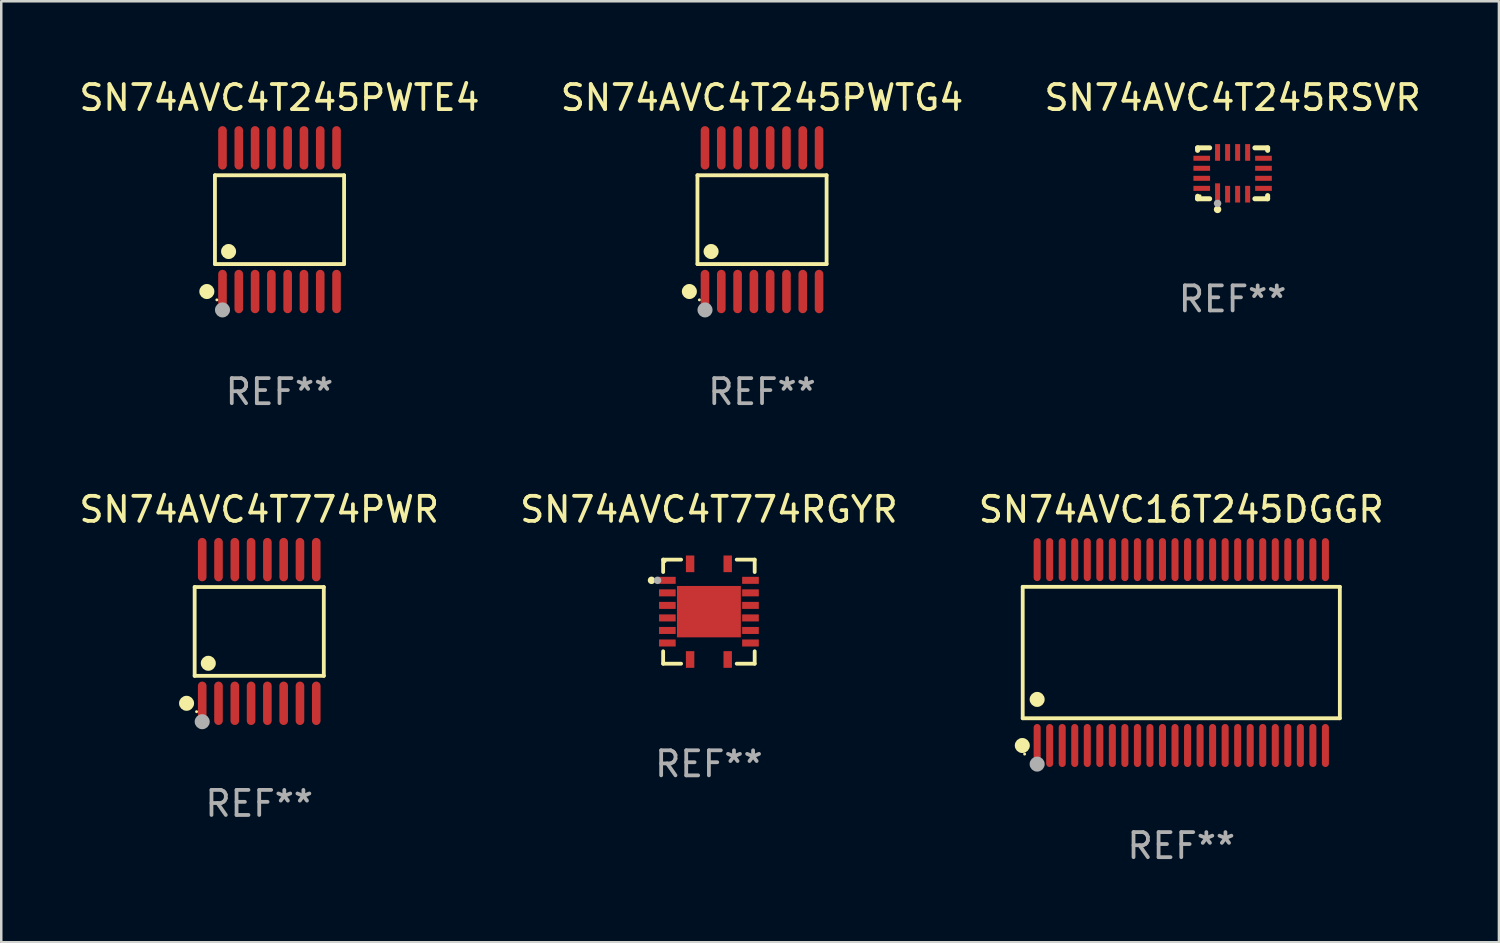
<source format=kicad_pcb>
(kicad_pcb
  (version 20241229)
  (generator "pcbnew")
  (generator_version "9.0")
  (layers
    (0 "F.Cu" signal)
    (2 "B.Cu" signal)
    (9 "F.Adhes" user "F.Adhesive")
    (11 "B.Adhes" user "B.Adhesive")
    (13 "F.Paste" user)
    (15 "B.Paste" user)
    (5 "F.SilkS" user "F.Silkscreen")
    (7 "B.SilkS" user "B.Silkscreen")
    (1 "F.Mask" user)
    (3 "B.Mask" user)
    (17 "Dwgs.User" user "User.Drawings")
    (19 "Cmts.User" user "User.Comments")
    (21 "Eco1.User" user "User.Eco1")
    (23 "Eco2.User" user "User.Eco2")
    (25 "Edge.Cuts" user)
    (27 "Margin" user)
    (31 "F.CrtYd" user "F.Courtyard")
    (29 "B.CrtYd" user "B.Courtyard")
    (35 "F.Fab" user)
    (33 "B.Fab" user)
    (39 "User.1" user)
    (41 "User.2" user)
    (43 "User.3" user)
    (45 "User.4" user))
  (footprint "SN74AVC4T245PWTG4"
    (layer "F.Cu")
    (at 27.351 5.714)
    (property "Reference" "SN74AVC4T245PWTG4" (at 0 -4.866 0) (layer "F.SilkS") (effects (font (size 1 1) (thickness 0.15))))
    (attr through_hole)
    (fp_line (start -2.576 -1.772) (end 2.576 -1.772) (stroke (width 0.152) (type solid)) (layer "F.SilkS"))
    (fp_line (start -2.576 1.771) (end -2.576 -1.772) (stroke (width 0.152) (type solid)) (layer "F.SilkS"))
    (fp_line (start 2.576 -1.772) (end 2.576 1.771) (stroke (width 0.152) (type solid)) (layer "F.SilkS"))
    (fp_line (start 2.576 1.771) (end -2.576 1.771) (stroke (width 0.152) (type solid)) (layer "F.SilkS"))
    (fp_circle (center -2.899 2.866) (end -2.749 2.866) (stroke (width 0.3) (type solid)) (fill no) (layer "F.SilkS"))
    (fp_circle (center -2.5 3.2) (end -2.47 3.2) (stroke (width 0.06) (type solid)) (fill no) (layer "F.SilkS"))
    (fp_circle (center -2.032 1.27) (end -1.882 1.27) (stroke (width 0.3) (type solid)) (fill no) (layer "F.SilkS"))
    (fp_circle (center -2.275 3.6) (end -2.125 3.6) (stroke (width 0.3) (type solid)) (fill no) (layer "F.Fab"))
    (fp_text user "REF**" (at 0 6.866 0) (layer "F.Fab") (effects (font (size 1 1) (thickness 0.15))))
    (pad "1" smd oval (at -2.275 2.866) (size 0.343 1.731) (layers "F.Cu" "F.Mask" "F.Paste"))
    (pad "2" smd oval (at -1.625 2.866) (size 0.343 1.731) (layers "F.Cu" "F.Mask" "F.Paste"))
    (pad "3" smd oval (at -0.975 2.866) (size 0.343 1.731) (layers "F.Cu" "F.Mask" "F.Paste"))
    (pad "4" smd oval (at -0.325 2.866) (size 0.343 1.731) (layers "F.Cu" "F.Mask" "F.Paste"))
    (pad "5" smd oval (at 0.325 2.866) (size 0.343 1.731) (layers "F.Cu" "F.Mask" "F.Paste"))
    (pad "6" smd oval (at 0.975 2.866) (size 0.343 1.731) (layers "F.Cu" "F.Mask" "F.Paste"))
    (pad "7" smd oval (at 1.625 2.866) (size 0.343 1.731) (layers "F.Cu" "F.Mask" "F.Paste"))
    (pad "8" smd oval (at 2.275 2.866) (size 0.343 1.731) (layers "F.Cu" "F.Mask" "F.Paste"))
    (pad "9" smd oval (at 2.275 -2.866) (size 0.343 1.731) (layers "F.Cu" "F.Mask" "F.Paste"))
    (pad "10" smd oval (at 1.625 -2.866) (size 0.343 1.731) (layers "F.Cu" "F.Mask" "F.Paste"))
    (pad "11" smd oval (at 0.975 -2.866) (size 0.343 1.731) (layers "F.Cu" "F.Mask" "F.Paste"))
    (pad "12" smd oval (at 0.325 -2.866) (size 0.343 1.731) (layers "F.Cu" "F.Mask" "F.Paste"))
    (pad "13" smd oval (at -0.325 -2.866) (size 0.343 1.731) (layers "F.Cu" "F.Mask" "F.Paste"))
    (pad "14" smd oval (at -0.975 -2.866) (size 0.343 1.731) (layers "F.Cu" "F.Mask" "F.Paste"))
    (pad "15" smd oval (at -1.625 -2.866) (size 0.343 1.731) (layers "F.Cu" "F.Mask" "F.Paste"))
    (pad "16" smd oval (at -2.275 -2.866) (size 0.343 1.731) (layers "F.Cu" "F.Mask" "F.Paste")))
  (footprint "SN74AVC4T245PWTE4"
    (layer "F.Cu")
    (at 8.101 5.714)
    (property "Reference" "SN74AVC4T245PWTE4" (at 0 -4.866 0) (layer "F.SilkS") (effects (font (size 1 1) (thickness 0.15))))
    (attr through_hole)
    (fp_line (start -2.576 -1.772) (end 2.576 -1.772) (stroke (width 0.152) (type solid)) (layer "F.SilkS"))
    (fp_line (start -2.576 1.771) (end -2.576 -1.772) (stroke (width 0.152) (type solid)) (layer "F.SilkS"))
    (fp_line (start 2.576 -1.772) (end 2.576 1.771) (stroke (width 0.152) (type solid)) (layer "F.SilkS"))
    (fp_line (start 2.576 1.771) (end -2.576 1.771) (stroke (width 0.152) (type solid)) (layer "F.SilkS"))
    (fp_circle (center -2.899 2.866) (end -2.749 2.866) (stroke (width 0.3) (type solid)) (fill no) (layer "F.SilkS"))
    (fp_circle (center -2.5 3.2) (end -2.47 3.2) (stroke (width 0.06) (type solid)) (fill no) (layer "F.SilkS"))
    (fp_circle (center -2.032 1.27) (end -1.882 1.27) (stroke (width 0.3) (type solid)) (fill no) (layer "F.SilkS"))
    (fp_circle (center -2.275 3.6) (end -2.125 3.6) (stroke (width 0.3) (type solid)) (fill no) (layer "F.Fab"))
    (fp_text user "REF**" (at 0 6.866 0) (layer "F.Fab") (effects (font (size 1 1) (thickness 0.15))))
    (pad "1" smd oval (at -2.275 2.866) (size 0.343 1.731) (layers "F.Cu" "F.Mask" "F.Paste"))
    (pad "2" smd oval (at -1.625 2.866) (size 0.343 1.731) (layers "F.Cu" "F.Mask" "F.Paste"))
    (pad "3" smd oval (at -0.975 2.866) (size 0.343 1.731) (layers "F.Cu" "F.Mask" "F.Paste"))
    (pad "4" smd oval (at -0.325 2.866) (size 0.343 1.731) (layers "F.Cu" "F.Mask" "F.Paste"))
    (pad "5" smd oval (at 0.325 2.866) (size 0.343 1.731) (layers "F.Cu" "F.Mask" "F.Paste"))
    (pad "6" smd oval (at 0.975 2.866) (size 0.343 1.731) (layers "F.Cu" "F.Mask" "F.Paste"))
    (pad "7" smd oval (at 1.625 2.866) (size 0.343 1.731) (layers "F.Cu" "F.Mask" "F.Paste"))
    (pad "8" smd oval (at 2.275 2.866) (size 0.343 1.731) (layers "F.Cu" "F.Mask" "F.Paste"))
    (pad "9" smd oval (at 2.275 -2.866) (size 0.343 1.731) (layers "F.Cu" "F.Mask" "F.Paste"))
    (pad "10" smd oval (at 1.625 -2.866) (size 0.343 1.731) (layers "F.Cu" "F.Mask" "F.Paste"))
    (pad "11" smd oval (at 0.975 -2.866) (size 0.343 1.731) (layers "F.Cu" "F.Mask" "F.Paste"))
    (pad "12" smd oval (at 0.325 -2.866) (size 0.343 1.731) (layers "F.Cu" "F.Mask" "F.Paste"))
    (pad "13" smd oval (at -0.325 -2.866) (size 0.343 1.731) (layers "F.Cu" "F.Mask" "F.Paste"))
    (pad "14" smd oval (at -0.975 -2.866) (size 0.343 1.731) (layers "F.Cu" "F.Mask" "F.Paste"))
    (pad "15" smd oval (at -1.625 -2.866) (size 0.343 1.731) (layers "F.Cu" "F.Mask" "F.Paste"))
    (pad "16" smd oval (at -2.275 -2.866) (size 0.343 1.731) (layers "F.Cu" "F.Mask" "F.Paste")))
  (footprint "SN74AVC16T245DGGR"
    (layer "F.Cu")
    (at 44.077 22.984)
    (property "Reference" "SN74AVC16T245DGGR" (at 0 -5.708 0) (layer "F.SilkS") (effects (font (size 1 1) (thickness 0.15))))
    (attr through_hole)
    (fp_line (start -6.326 -2.622) (end 6.326 -2.622) (stroke (width 0.152) (type solid)) (layer "F.SilkS"))
    (fp_line (start -6.326 2.621) (end -6.326 -2.622) (stroke (width 0.152) (type solid)) (layer "F.SilkS"))
    (fp_line (start 6.326 -2.622) (end 6.326 2.621) (stroke (width 0.152) (type solid)) (layer "F.SilkS"))
    (fp_line (start 6.326 2.621) (end -6.326 2.621) (stroke (width 0.152) (type solid)) (layer "F.SilkS"))
    (fp_circle (center -6.342 3.708) (end -6.192 3.708) (stroke (width 0.3) (type solid)) (fill no) (layer "F.SilkS"))
    (fp_circle (center -6.25 4.05) (end -6.22 4.05) (stroke (width 0.06) (type solid)) (fill no) (layer "F.SilkS"))
    (fp_circle (center -5.75 1.869) (end -5.6 1.869) (stroke (width 0.3) (type solid)) (fill no) (layer "F.SilkS"))
    (fp_circle (center -5.75 4.45) (end -5.6 4.45) (stroke (width 0.3) (type solid)) (fill no) (layer "F.Fab"))
    (fp_text user "REF**" (at 0 7.708 0) (layer "F.Fab") (effects (font (size 1 1) (thickness 0.15))))
    (pad "1" smd oval (at -5.75 3.708) (size 0.28 1.715) (layers "F.Cu" "F.Mask" "F.Paste"))
    (pad "2" smd oval (at -5.25 3.708) (size 0.28 1.715) (layers "F.Cu" "F.Mask" "F.Paste"))
    (pad "3" smd oval (at -4.75 3.708) (size 0.28 1.715) (layers "F.Cu" "F.Mask" "F.Paste"))
    (pad "4" smd oval (at -4.25 3.708) (size 0.28 1.715) (layers "F.Cu" "F.Mask" "F.Paste"))
    (pad "5" smd oval (at -3.75 3.708) (size 0.28 1.715) (layers "F.Cu" "F.Mask" "F.Paste"))
    (pad "6" smd oval (at -3.25 3.708) (size 0.28 1.715) (layers "F.Cu" "F.Mask" "F.Paste"))
    (pad "7" smd oval (at -2.75 3.708) (size 0.28 1.715) (layers "F.Cu" "F.Mask" "F.Paste"))
    (pad "8" smd oval (at -2.25 3.708) (size 0.28 1.715) (layers "F.Cu" "F.Mask" "F.Paste"))
    (pad "9" smd oval (at -1.75 3.708) (size 0.28 1.715) (layers "F.Cu" "F.Mask" "F.Paste"))
    (pad "10" smd oval (at -1.25 3.708) (size 0.28 1.715) (layers "F.Cu" "F.Mask" "F.Paste"))
    (pad "11" smd oval (at -0.75 3.708) (size 0.28 1.715) (layers "F.Cu" "F.Mask" "F.Paste"))
    (pad "12" smd oval (at -0.25 3.708) (size 0.28 1.715) (layers "F.Cu" "F.Mask" "F.Paste"))
    (pad "13" smd oval (at 0.25 3.708) (size 0.28 1.715) (layers "F.Cu" "F.Mask" "F.Paste"))
    (pad "14" smd oval (at 0.75 3.708) (size 0.28 1.715) (layers "F.Cu" "F.Mask" "F.Paste"))
    (pad "15" smd oval (at 1.25 3.708) (size 0.28 1.715) (layers "F.Cu" "F.Mask" "F.Paste"))
    (pad "16" smd oval (at 1.75 3.708) (size 0.28 1.715) (layers "F.Cu" "F.Mask" "F.Paste"))
    (pad "17" smd oval (at 2.25 3.708) (size 0.28 1.715) (layers "F.Cu" "F.Mask" "F.Paste"))
    (pad "18" smd oval (at 2.75 3.708) (size 0.28 1.715) (layers "F.Cu" "F.Mask" "F.Paste"))
    (pad "19" smd oval (at 3.25 3.708) (size 0.28 1.715) (layers "F.Cu" "F.Mask" "F.Paste"))
    (pad "20" smd oval (at 3.75 3.708) (size 0.28 1.715) (layers "F.Cu" "F.Mask" "F.Paste"))
    (pad "21" smd oval (at 4.25 3.708) (size 0.28 1.715) (layers "F.Cu" "F.Mask" "F.Paste"))
    (pad "22" smd oval (at 4.75 3.708) (size 0.28 1.715) (layers "F.Cu" "F.Mask" "F.Paste"))
    (pad "23" smd oval (at 5.25 3.708) (size 0.28 1.715) (layers "F.Cu" "F.Mask" "F.Paste"))
    (pad "24" smd oval (at 5.75 3.708) (size 0.28 1.715) (layers "F.Cu" "F.Mask" "F.Paste"))
    (pad "25" smd oval (at 5.75 -3.708) (size 0.28 1.715) (layers "F.Cu" "F.Mask" "F.Paste"))
    (pad "26" smd oval (at 5.25 -3.708) (size 0.28 1.715) (layers "F.Cu" "F.Mask" "F.Paste"))
    (pad "27" smd oval (at 4.75 -3.708) (size 0.28 1.715) (layers "F.Cu" "F.Mask" "F.Paste"))
    (pad "28" smd oval (at 4.25 -3.708) (size 0.28 1.715) (layers "F.Cu" "F.Mask" "F.Paste"))
    (pad "29" smd oval (at 3.75 -3.708) (size 0.28 1.715) (layers "F.Cu" "F.Mask" "F.Paste"))
    (pad "30" smd oval (at 3.25 -3.708) (size 0.28 1.715) (layers "F.Cu" "F.Mask" "F.Paste"))
    (pad "31" smd oval (at 2.75 -3.708) (size 0.28 1.715) (layers "F.Cu" "F.Mask" "F.Paste"))
    (pad "32" smd oval (at 2.25 -3.708) (size 0.28 1.715) (layers "F.Cu" "F.Mask" "F.Paste"))
    (pad "33" smd oval (at 1.75 -3.708) (size 0.28 1.715) (layers "F.Cu" "F.Mask" "F.Paste"))
    (pad "34" smd oval (at 1.25 -3.708) (size 0.28 1.715) (layers "F.Cu" "F.Mask" "F.Paste"))
    (pad "35" smd oval (at 0.75 -3.708) (size 0.28 1.715) (layers "F.Cu" "F.Mask" "F.Paste"))
    (pad "36" smd oval (at 0.25 -3.708) (size 0.28 1.715) (layers "F.Cu" "F.Mask" "F.Paste"))
    (pad "37" smd oval (at -0.25 -3.708) (size 0.28 1.715) (layers "F.Cu" "F.Mask" "F.Paste"))
    (pad "38" smd oval (at -0.75 -3.708) (size 0.28 1.715) (layers "F.Cu" "F.Mask" "F.Paste"))
    (pad "39" smd oval (at -1.25 -3.708) (size 0.28 1.715) (layers "F.Cu" "F.Mask" "F.Paste"))
    (pad "40" smd oval (at -1.75 -3.708) (size 0.28 1.715) (layers "F.Cu" "F.Mask" "F.Paste"))
    (pad "41" smd oval (at -2.25 -3.708) (size 0.28 1.715) (layers "F.Cu" "F.Mask" "F.Paste"))
    (pad "42" smd oval (at -2.75 -3.708) (size 0.28 1.715) (layers "F.Cu" "F.Mask" "F.Paste"))
    (pad "43" smd oval (at -3.25 -3.708) (size 0.28 1.715) (layers "F.Cu" "F.Mask" "F.Paste"))
    (pad "44" smd oval (at -3.75 -3.708) (size 0.28 1.715) (layers "F.Cu" "F.Mask" "F.Paste"))
    (pad "45" smd oval (at -4.25 -3.708) (size 0.28 1.715) (layers "F.Cu" "F.Mask" "F.Paste"))
    (pad "46" smd oval (at -4.75 -3.708) (size 0.28 1.715) (layers "F.Cu" "F.Mask" "F.Paste"))
    (pad "47" smd oval (at -5.25 -3.708) (size 0.28 1.715) (layers "F.Cu" "F.Mask" "F.Paste"))
    (pad "48" smd oval (at -5.75 -3.708) (size 0.28 1.715) (layers "F.Cu" "F.Mask" "F.Paste")))
  (footprint "SN74AVC4T774PWR"
    (layer "F.Cu")
    (at 7.292 22.142)
    (property "Reference" "SN74AVC4T774PWR" (at 0 -4.866 0) (layer "F.SilkS") (effects (font (size 1 1) (thickness 0.15))))
    (attr through_hole)
    (fp_line (start -2.576 -1.772) (end 2.576 -1.772) (stroke (width 0.152) (type solid)) (layer "F.SilkS"))
    (fp_line (start -2.576 1.771) (end -2.576 -1.772) (stroke (width 0.152) (type solid)) (layer "F.SilkS"))
    (fp_line (start 2.576 -1.772) (end 2.576 1.771) (stroke (width 0.152) (type solid)) (layer "F.SilkS"))
    (fp_line (start 2.576 1.771) (end -2.576 1.771) (stroke (width 0.152) (type solid)) (layer "F.SilkS"))
    (fp_circle (center -2.899 2.866) (end -2.749 2.866) (stroke (width 0.3) (type solid)) (fill no) (layer "F.SilkS"))
    (fp_circle (center -2.5 3.2) (end -2.47 3.2) (stroke (width 0.06) (type solid)) (fill no) (layer "F.SilkS"))
    (fp_circle (center -2.032 1.27) (end -1.882 1.27) (stroke (width 0.3) (type solid)) (fill no) (layer "F.SilkS"))
    (fp_circle (center -2.275 3.6) (end -2.125 3.6) (stroke (width 0.3) (type solid)) (fill no) (layer "F.Fab"))
    (fp_text user "REF**" (at 0 6.866 0) (layer "F.Fab") (effects (font (size 1 1) (thickness 0.15))))
    (pad "1" smd oval (at -2.275 2.866) (size 0.343 1.731) (layers "F.Cu" "F.Mask" "F.Paste"))
    (pad "2" smd oval (at -1.625 2.866) (size 0.343 1.731) (layers "F.Cu" "F.Mask" "F.Paste"))
    (pad "3" smd oval (at -0.975 2.866) (size 0.343 1.731) (layers "F.Cu" "F.Mask" "F.Paste"))
    (pad "4" smd oval (at -0.325 2.866) (size 0.343 1.731) (layers "F.Cu" "F.Mask" "F.Paste"))
    (pad "5" smd oval (at 0.325 2.866) (size 0.343 1.731) (layers "F.Cu" "F.Mask" "F.Paste"))
    (pad "6" smd oval (at 0.975 2.866) (size 0.343 1.731) (layers "F.Cu" "F.Mask" "F.Paste"))
    (pad "7" smd oval (at 1.625 2.866) (size 0.343 1.731) (layers "F.Cu" "F.Mask" "F.Paste"))
    (pad "8" smd oval (at 2.275 2.866) (size 0.343 1.731) (layers "F.Cu" "F.Mask" "F.Paste"))
    (pad "9" smd oval (at 2.275 -2.866) (size 0.343 1.731) (layers "F.Cu" "F.Mask" "F.Paste"))
    (pad "10" smd oval (at 1.625 -2.866) (size 0.343 1.731) (layers "F.Cu" "F.Mask" "F.Paste"))
    (pad "11" smd oval (at 0.975 -2.866) (size 0.343 1.731) (layers "F.Cu" "F.Mask" "F.Paste"))
    (pad "12" smd oval (at 0.325 -2.866) (size 0.343 1.731) (layers "F.Cu" "F.Mask" "F.Paste"))
    (pad "13" smd oval (at -0.325 -2.866) (size 0.343 1.731) (layers "F.Cu" "F.Mask" "F.Paste"))
    (pad "14" smd oval (at -0.975 -2.866) (size 0.343 1.731) (layers "F.Cu" "F.Mask" "F.Paste"))
    (pad "15" smd oval (at -1.625 -2.866) (size 0.343 1.731) (layers "F.Cu" "F.Mask" "F.Paste"))
    (pad "16" smd oval (at -2.275 -2.866) (size 0.343 1.731) (layers "F.Cu" "F.Mask" "F.Paste")))
  (footprint "SN74AVC4T774RGYR"
    (layer "F.Cu")
    (at 25.232 21.352)
    (property "Reference" "SN74AVC4T774RGYR" (at 0 -4.076 0) (layer "F.SilkS") (effects (font (size 1 1) (thickness 0.15))))
    (attr through_hole)
    (fp_line (start -1.826 -2.076) (end -1.826 -1.58) (stroke (width 0.152) (type solid)) (layer "F.SilkS"))
    (fp_line (start -1.826 2.076) (end -1.826 1.58) (stroke (width 0.152) (type solid)) (layer "F.SilkS"))
    (fp_line (start -1.109 -2.076) (end -1.826 -2.076) (stroke (width 0.152) (type solid)) (layer "F.SilkS"))
    (fp_line (start -1.109 2.076) (end -1.826 2.076) (stroke (width 0.152) (type solid)) (layer "F.SilkS"))
    (fp_line (start 1.109 -2.076) (end 1.826 -2.076) (stroke (width 0.152) (type solid)) (layer "F.SilkS"))
    (fp_line (start 1.109 2.076) (end 1.826 2.076) (stroke (width 0.152) (type solid)) (layer "F.SilkS"))
    (fp_line (start 1.826 -2.076) (end 1.826 -1.58) (stroke (width 0.152) (type solid)) (layer "F.SilkS"))
    (fp_line (start 1.826 2.076) (end 1.826 1.58) (stroke (width 0.152) (type solid)) (layer "F.SilkS"))
    (fp_circle (center -2.29 -1.25) (end -2.215 -1.25) (stroke (width 0.15) (type solid)) (fill no) (layer "F.SilkS"))
    (fp_circle (center -1.75 -2) (end -1.72 -2) (stroke (width 0.06) (type solid)) (fill no) (layer "F.SilkS"))
    (fp_circle (center -2.05 -1.25) (end -1.975 -1.25) (stroke (width 0.15) (type solid)) (fill no) (layer "F.Fab"))
    (fp_text user "REF**" (at 0 6.076 0) (layer "F.Fab") (effects (font (size 1 1) (thickness 0.15))))
    (pad "1" smd rect (at -1.658 -1.25) (size 0.665 0.28) (layers "F.Cu" "F.Mask" "F.Paste"))
    (pad "2" smd rect (at -1.658 -0.75) (size 0.665 0.28) (layers "F.Cu" "F.Mask" "F.Paste"))
    (pad "3" smd rect (at -1.658 -0.25) (size 0.665 0.28) (layers "F.Cu" "F.Mask" "F.Paste"))
    (pad "4" smd rect (at -1.658 0.25) (size 0.665 0.28) (layers "F.Cu" "F.Mask" "F.Paste"))
    (pad "5" smd rect (at -1.658 0.75) (size 0.665 0.28) (layers "F.Cu" "F.Mask" "F.Paste"))
    (pad "6" smd rect (at -1.658 1.25) (size 0.665 0.28) (layers "F.Cu" "F.Mask" "F.Paste"))
    (pad "7" smd rect (at -0.75 1.908) (size 0.336 0.665) (layers "F.Cu" "F.Mask" "F.Paste"))
    (pad "8" smd rect (at 0.75 1.908) (size 0.336 0.665) (layers "F.Cu" "F.Mask" "F.Paste"))
    (pad "9" smd rect (at 1.658 1.25) (size 0.665 0.28) (layers "F.Cu" "F.Mask" "F.Paste"))
    (pad "10" smd rect (at 1.658 0.75) (size 0.665 0.28) (layers "F.Cu" "F.Mask" "F.Paste"))
    (pad "11" smd rect (at 1.658 0.25) (size 0.665 0.28) (layers "F.Cu" "F.Mask" "F.Paste"))
    (pad "12" smd rect (at 1.658 -0.25) (size 0.665 0.28) (layers "F.Cu" "F.Mask" "F.Paste"))
    (pad "13" smd rect (at 1.658 -0.75) (size 0.665 0.28) (layers "F.Cu" "F.Mask" "F.Paste"))
    (pad "14" smd rect (at 1.658 -1.25) (size 0.665 0.28) (layers "F.Cu" "F.Mask" "F.Paste"))
    (pad "15" smd rect (at 0.75 -1.908) (size 0.336 0.665) (layers "F.Cu" "F.Mask" "F.Paste"))
    (pad "16" smd rect (at -0.75 -1.908) (size 0.336 0.665) (layers "F.Cu" "F.Mask" "F.Paste"))
    (pad "17" smd rect (at 0 0) (size 2.55 2.05) (layers "F.Cu" "F.Mask" "F.Paste")))
  (footprint "SN74AVC4T245RSVR"
    (layer "F.Cu")
    (at 46.125 3.864)
    (property "Reference" "SN74AVC4T245RSVR" (at 0 -3.016 0) (layer "F.SilkS") (effects (font (size 1 1) (thickness 0.15))))
    (attr through_hole)
    (fp_line (start -1.397 -1.016) (end -1.397 -0.916) (stroke (width 0.2) (type solid)) (layer "F.SilkS"))
    (fp_line (start -1.397 0.916) (end -1.397 1.016) (stroke (width 0.2) (type solid)) (layer "F.SilkS"))
    (fp_line (start -1.397 1.016) (end -0.916 1.016) (stroke (width 0.2) (type solid)) (layer "F.SilkS"))
    (fp_line (start -0.916 -1.016) (end -1.397 -1.016) (stroke (width 0.2) (type solid)) (layer "F.SilkS"))
    (fp_line (start 0.889 -1.016) (end 1.397 -1.016) (stroke (width 0.2) (type solid)) (layer "F.SilkS"))
    (fp_line (start 1.397 -1.016) (end 1.397 -0.916) (stroke (width 0.2) (type solid)) (layer "F.SilkS"))
    (fp_line (start 1.397 0.889) (end 1.397 1.016) (stroke (width 0.2) (type solid)) (layer "F.SilkS"))
    (fp_line (start 1.397 1.016) (end 0.889 1.016) (stroke (width 0.2) (type solid)) (layer "F.SilkS"))
    (fp_circle (center -1.3 0.9) (end -1.27 0.9) (stroke (width 0.06) (type solid)) (fill no) (layer "F.SilkS"))
    (fp_circle (center -0.6 1.44) (end -0.525 1.44) (stroke (width 0.15) (type solid)) (fill no) (layer "F.SilkS"))
    (fp_circle (center -0.6 1.2) (end -0.525 1.2) (stroke (width 0.15) (type solid)) (fill no) (layer "F.Fab"))
    (fp_text user "REF**" (at 0 5.016 0) (layer "F.Fab") (effects (font (size 1 1) (thickness 0.15))))
    (pad "1" smd rect (at -0.6 0.782) (size 0.2 0.765) (layers "F.Cu" "F.Mask" "F.Paste"))
    (pad "2" smd rect (at -0.2 0.833) (size 0.2 0.665) (layers "F.Cu" "F.Mask" "F.Paste"))
    (pad "3" smd rect (at 0.2 0.833) (size 0.2 0.665) (layers "F.Cu" "F.Mask" "F.Paste"))
    (pad "4" smd rect (at 0.6 0.833) (size 0.2 0.665) (layers "F.Cu" "F.Mask" "F.Paste"))
    (pad "5" smd rect (at 1.232 0.6) (size 0.665 0.2) (layers "F.Cu" "F.Mask" "F.Paste"))
    (pad "6" smd rect (at 1.232 0.2) (size 0.665 0.2) (layers "F.Cu" "F.Mask" "F.Paste"))
    (pad "7" smd rect (at 1.232 -0.2) (size 0.665 0.2) (layers "F.Cu" "F.Mask" "F.Paste"))
    (pad "8" smd rect (at 1.232 -0.6) (size 0.665 0.2) (layers "F.Cu" "F.Mask" "F.Paste"))
    (pad "9" smd rect (at 0.6 -0.833) (size 0.2 0.665) (layers "F.Cu" "F.Mask" "F.Paste"))
    (pad "10" smd rect (at 0.2 -0.833) (size 0.2 0.665) (layers "F.Cu" "F.Mask" "F.Paste"))
    (pad "11" smd rect (at -0.2 -0.833) (size 0.2 0.665) (layers "F.Cu" "F.Mask" "F.Paste"))
    (pad "12" smd rect (at -0.6 -0.833) (size 0.2 0.665) (layers "F.Cu" "F.Mask" "F.Paste"))
    (pad "13" smd rect (at -1.232 -0.6) (size 0.665 0.2) (layers "F.Cu" "F.Mask" "F.Paste"))
    (pad "14" smd rect (at -1.232 -0.2) (size 0.665 0.2) (layers "F.Cu" "F.Mask" "F.Paste"))
    (pad "15" smd rect (at -1.232 0.2) (size 0.665 0.2) (layers "F.Cu" "F.Mask" "F.Paste"))
    (pad "16" smd rect (at -1.232 0.6) (size 0.665 0.2) (layers "F.Cu" "F.Mask" "F.Paste")))
  (gr_rect
    (start -3 -3)
    (end 56.75 34.54)
    (stroke (width 0.1) (type default))
    (fill no)
    (layer "Edge.Cuts")))
</source>
